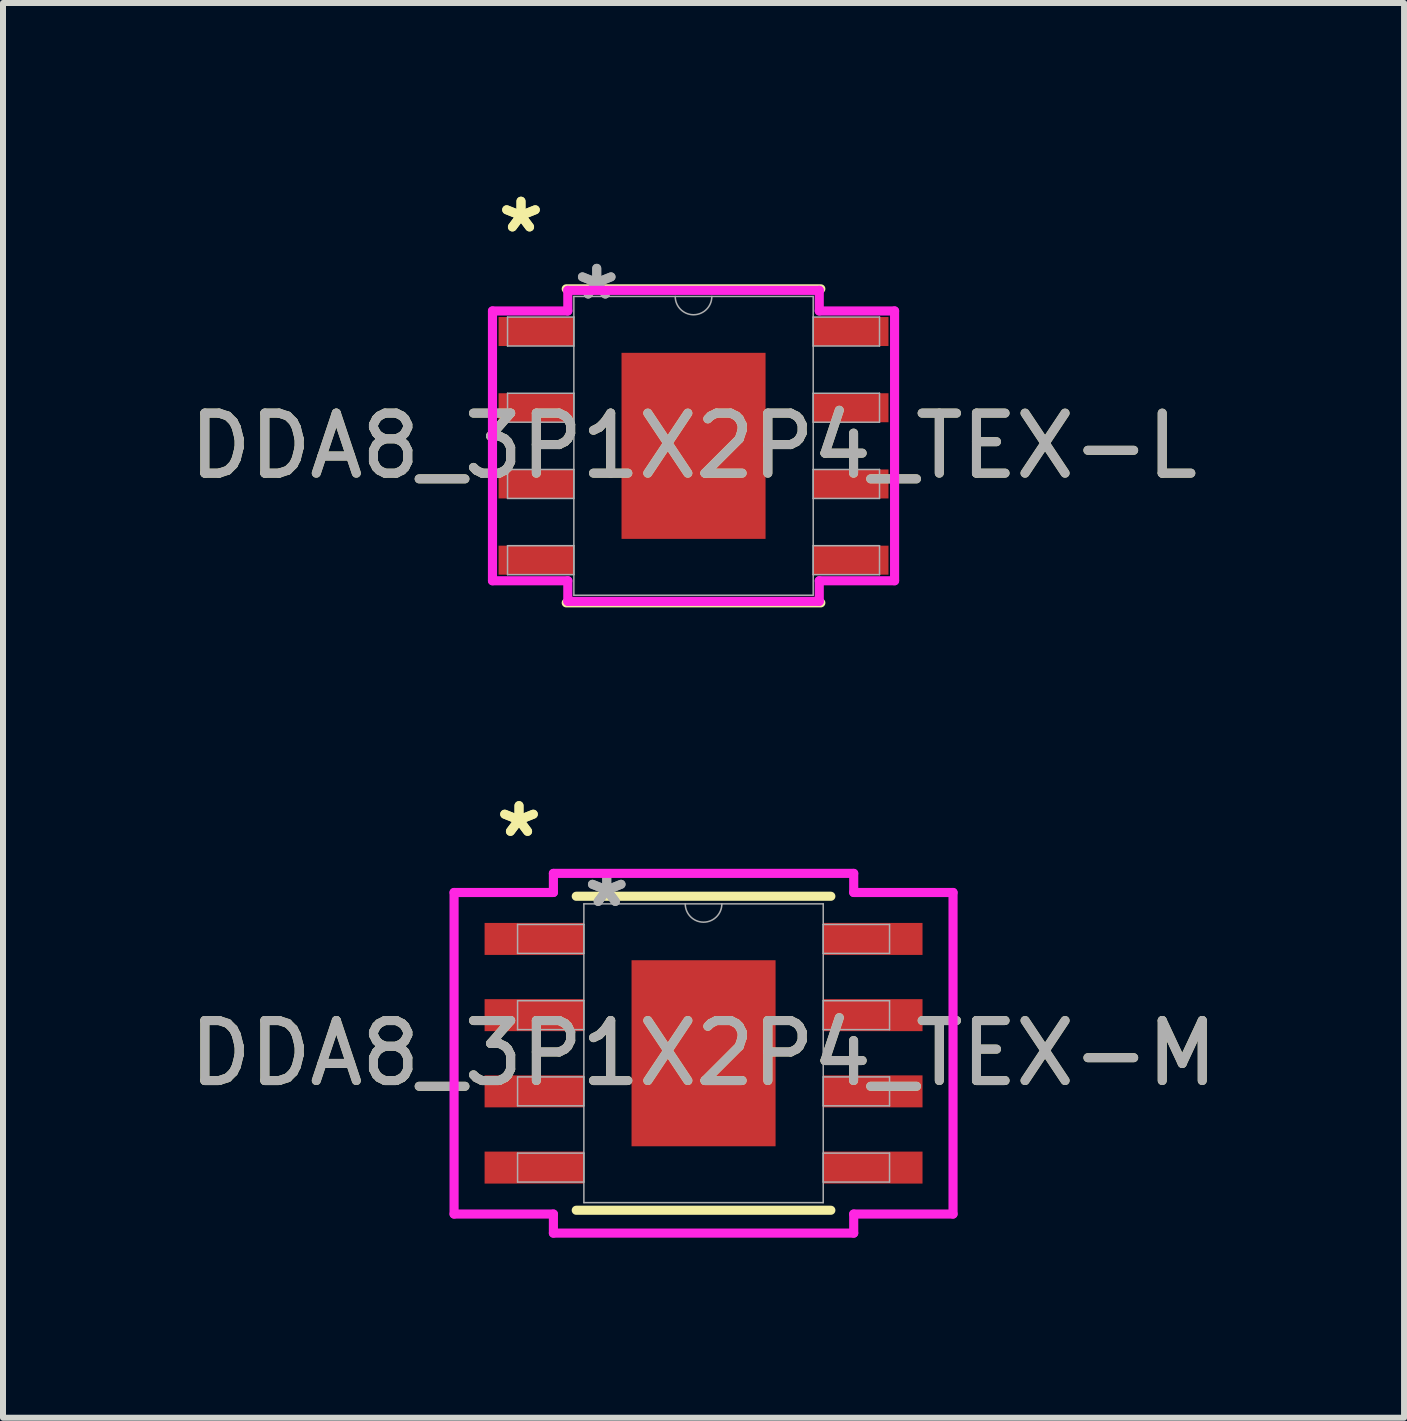
<source format=kicad_pcb>
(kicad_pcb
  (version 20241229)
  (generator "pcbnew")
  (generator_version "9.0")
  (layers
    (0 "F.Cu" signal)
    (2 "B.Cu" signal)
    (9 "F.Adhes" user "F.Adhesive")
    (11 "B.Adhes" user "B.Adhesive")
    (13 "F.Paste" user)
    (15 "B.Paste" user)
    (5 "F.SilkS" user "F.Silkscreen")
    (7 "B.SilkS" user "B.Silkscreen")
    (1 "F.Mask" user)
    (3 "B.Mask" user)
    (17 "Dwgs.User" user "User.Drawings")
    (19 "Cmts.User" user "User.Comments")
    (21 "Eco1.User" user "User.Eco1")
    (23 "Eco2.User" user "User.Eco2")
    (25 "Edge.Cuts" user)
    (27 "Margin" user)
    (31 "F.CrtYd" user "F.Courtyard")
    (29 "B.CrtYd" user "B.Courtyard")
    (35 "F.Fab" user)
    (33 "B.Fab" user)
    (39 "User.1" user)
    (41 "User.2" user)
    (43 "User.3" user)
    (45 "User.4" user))
  (footprint "DDA8_3P1X2P4_TEX-M"
    (layer "F.Cu")
    (at 8.673 14.5)
    (property "Reference" "DDA8_3P1X2P4_TEX-M" (at 0 0 0) (unlocked yes) (layer "F.SilkS") (effects (font (size 1 1) (thickness 0.15))))
    (attr smd)
    (fp_line (start -2.121 2.616) (end 2.121 2.616) (stroke (width 0.152) (type solid)) (layer "F.SilkS"))
    (fp_line (start 2.121 -2.616) (end -2.121 -2.616) (stroke (width 0.152) (type solid)) (layer "F.SilkS"))
    (fp_poly (pts (xy -1.1 -1.45) (xy -1.1 -0.1) (xy 1.1 -0.1) (xy 1.1 -1.45)) (stroke (width 0) (type solid)) (fill yes) (layer "F.Paste"))
    (fp_poly (pts (xy -1.1 0.1) (xy -1.1 1.45) (xy 1.1 1.45) (xy 1.1 0.1)) (stroke (width 0) (type solid)) (fill yes) (layer "F.Paste"))
    (fp_line (start -4.157 -2.679) (end -2.502 -2.679) (stroke (width 0.152) (type solid)) (layer "F.CrtYd"))
    (fp_line (start -4.157 2.679) (end -4.157 -2.679) (stroke (width 0.152) (type solid)) (layer "F.CrtYd"))
    (fp_line (start -4.157 2.679) (end -2.502 2.679) (stroke (width 0.152) (type solid)) (layer "F.CrtYd"))
    (fp_line (start -2.502 -2.997) (end 2.502 -2.997) (stroke (width 0.152) (type solid)) (layer "F.CrtYd"))
    (fp_line (start -2.502 -2.679) (end -2.502 -2.997) (stroke (width 0.152) (type solid)) (layer "F.CrtYd"))
    (fp_line (start -2.502 2.997) (end -2.502 2.679) (stroke (width 0.152) (type solid)) (layer "F.CrtYd"))
    (fp_line (start 2.502 -2.997) (end 2.502 -2.679) (stroke (width 0.152) (type solid)) (layer "F.CrtYd"))
    (fp_line (start 2.502 2.679) (end 2.502 2.997) (stroke (width 0.152) (type solid)) (layer "F.CrtYd"))
    (fp_line (start 2.502 2.997) (end -2.502 2.997) (stroke (width 0.152) (type solid)) (layer "F.CrtYd"))
    (fp_line (start 4.157 -2.679) (end 2.502 -2.679) (stroke (width 0.152) (type solid)) (layer "F.CrtYd"))
    (fp_line (start 4.157 -2.679) (end 4.157 2.679) (stroke (width 0.152) (type solid)) (layer "F.CrtYd"))
    (fp_line (start 4.157 2.679) (end 2.502 2.679) (stroke (width 0.152) (type solid)) (layer "F.CrtYd"))
    (fp_line (start -3.099 -2.146) (end -3.099 -1.664) (stroke (width 0.025) (type solid)) (layer "F.Fab"))
    (fp_line (start -3.099 -1.664) (end -1.994 -1.664) (stroke (width 0.025) (type solid)) (layer "F.Fab"))
    (fp_line (start -3.099 -0.876) (end -3.099 -0.394) (stroke (width 0.025) (type solid)) (layer "F.Fab"))
    (fp_line (start -3.099 -0.394) (end -1.994 -0.394) (stroke (width 0.025) (type solid)) (layer "F.Fab"))
    (fp_line (start -3.099 0.394) (end -3.099 0.876) (stroke (width 0.025) (type solid)) (layer "F.Fab"))
    (fp_line (start -3.099 0.876) (end -1.994 0.876) (stroke (width 0.025) (type solid)) (layer "F.Fab"))
    (fp_line (start -3.099 1.664) (end -3.099 2.146) (stroke (width 0.025) (type solid)) (layer "F.Fab"))
    (fp_line (start -3.099 2.146) (end -1.994 2.146) (stroke (width 0.025) (type solid)) (layer "F.Fab"))
    (fp_line (start -1.994 -2.489) (end -1.994 2.489) (stroke (width 0.025) (type solid)) (layer "F.Fab"))
    (fp_line (start -1.994 -2.146) (end -3.099 -2.146) (stroke (width 0.025) (type solid)) (layer "F.Fab"))
    (fp_line (start -1.994 -1.664) (end -1.994 -2.146) (stroke (width 0.025) (type solid)) (layer "F.Fab"))
    (fp_line (start -1.994 -0.876) (end -3.099 -0.876) (stroke (width 0.025) (type solid)) (layer "F.Fab"))
    (fp_line (start -1.994 -0.394) (end -1.994 -0.876) (stroke (width 0.025) (type solid)) (layer "F.Fab"))
    (fp_line (start -1.994 0.394) (end -3.099 0.394) (stroke (width 0.025) (type solid)) (layer "F.Fab"))
    (fp_line (start -1.994 0.876) (end -1.994 0.394) (stroke (width 0.025) (type solid)) (layer "F.Fab"))
    (fp_line (start -1.994 1.664) (end -3.099 1.664) (stroke (width 0.025) (type solid)) (layer "F.Fab"))
    (fp_line (start -1.994 2.146) (end -1.994 1.664) (stroke (width 0.025) (type solid)) (layer "F.Fab"))
    (fp_line (start -1.994 2.489) (end 1.994 2.489) (stroke (width 0.025) (type solid)) (layer "F.Fab"))
    (fp_line (start 1.994 -2.489) (end -1.994 -2.489) (stroke (width 0.025) (type solid)) (layer "F.Fab"))
    (fp_line (start 1.994 -2.146) (end 1.994 -1.664) (stroke (width 0.025) (type solid)) (layer "F.Fab"))
    (fp_line (start 1.994 -1.664) (end 3.099 -1.664) (stroke (width 0.025) (type solid)) (layer "F.Fab"))
    (fp_line (start 1.994 -0.876) (end 1.994 -0.394) (stroke (width 0.025) (type solid)) (layer "F.Fab"))
    (fp_line (start 1.994 -0.394) (end 3.099 -0.394) (stroke (width 0.025) (type solid)) (layer "F.Fab"))
    (fp_line (start 1.994 0.394) (end 1.994 0.876) (stroke (width 0.025) (type solid)) (layer "F.Fab"))
    (fp_line (start 1.994 0.876) (end 3.099 0.876) (stroke (width 0.025) (type solid)) (layer "F.Fab"))
    (fp_line (start 1.994 1.664) (end 1.994 2.146) (stroke (width 0.025) (type solid)) (layer "F.Fab"))
    (fp_line (start 1.994 2.146) (end 3.099 2.146) (stroke (width 0.025) (type solid)) (layer "F.Fab"))
    (fp_line (start 1.994 2.489) (end 1.994 -2.489) (stroke (width 0.025) (type solid)) (layer "F.Fab"))
    (fp_line (start 3.099 -2.146) (end 1.994 -2.146) (stroke (width 0.025) (type solid)) (layer "F.Fab"))
    (fp_line (start 3.099 -1.664) (end 3.099 -2.146) (stroke (width 0.025) (type solid)) (layer "F.Fab"))
    (fp_line (start 3.099 -0.876) (end 1.994 -0.876) (stroke (width 0.025) (type solid)) (layer "F.Fab"))
    (fp_line (start 3.099 -0.394) (end 3.099 -0.876) (stroke (width 0.025) (type solid)) (layer "F.Fab"))
    (fp_line (start 3.099 0.394) (end 1.994 0.394) (stroke (width 0.025) (type solid)) (layer "F.Fab"))
    (fp_line (start 3.099 0.876) (end 3.099 0.394) (stroke (width 0.025) (type solid)) (layer "F.Fab"))
    (fp_line (start 3.099 1.664) (end 1.994 1.664) (stroke (width 0.025) (type solid)) (layer "F.Fab"))
    (fp_line (start 3.099 2.146) (end 3.099 1.664) (stroke (width 0.025) (type solid)) (layer "F.Fab"))
    (fp_arc (start 0.3048 -2.4892) (mid 0 -2.1844) (end -0.3048 -2.4892) (stroke (width 0.0254) (type solid)) (layer "F.Fab"))
    (fp_text user "*" (at -3.075 -3.581 0) (unlocked yes) (layer "F.SilkS") (effects (font (size 1 1) (thickness 0.15))))
    (fp_text user "*" (at -3.075 -3.581 0) (layer "F.SilkS") (effects (font (size 1 1) (thickness 0.15))))
    (fp_text user "${REFERENCE}" (at 0 0 0) (unlocked yes) (layer "F.Fab") (effects (font (size 1 1) (thickness 0.15))))
    (fp_text user "*" (at -1.613 -2.413 0) (layer "F.Fab") (effects (font (size 1 1) (thickness 0.15))))
    (fp_text user "*" (at -1.613 -2.413 0) (unlocked yes) (layer "F.Fab") (effects (font (size 1 1) (thickness 0.15))))
    (pad "1" smd rect (at -2.821 -1.905) (size 1.655 0.533) (layers "F.Cu" "F.Mask" "F.Paste"))
    (pad "2" smd rect (at -2.821 -0.635) (size 1.655 0.533) (layers "F.Cu" "F.Mask" "F.Paste"))
    (pad "3" smd rect (at -2.821 0.635) (size 1.655 0.533) (layers "F.Cu" "F.Mask" "F.Paste"))
    (pad "4" smd rect (at -2.821 1.905) (size 1.655 0.533) (layers "F.Cu" "F.Mask" "F.Paste"))
    (pad "5" smd rect (at 2.821 1.905) (size 1.655 0.533) (layers "F.Cu" "F.Mask" "F.Paste"))
    (pad "6" smd rect (at 2.821 0.635) (size 1.655 0.533) (layers "F.Cu" "F.Mask" "F.Paste"))
    (pad "7" smd rect (at 2.821 -0.635) (size 1.655 0.533) (layers "F.Cu" "F.Mask" "F.Paste"))
    (pad "8" smd rect (at 2.821 -1.905) (size 1.655 0.533) (layers "F.Cu" "F.Mask" "F.Paste"))
    (pad "EPAD" smd rect (at 0 0) (size 2.4 3.1) (layers "F.Cu" "F.Mask")))
  (footprint "DDA8_3P1X2P4_TEX-L"
    (layer "F.Cu")
    (at 8.506 4.379)
    (property "Reference" "DDA8_3P1X2P4_TEX-L" (at 0 0 0) (unlocked yes) (layer "F.SilkS") (effects (font (size 1 1) (thickness 0.15))))
    (attr smd)
    (fp_line (start -2.121 2.616) (end 2.121 2.616) (stroke (width 0.152) (type solid)) (layer "F.SilkS"))
    (fp_line (start 2.121 -2.616) (end -2.121 -2.616) (stroke (width 0.152) (type solid)) (layer "F.SilkS"))
    (fp_poly (pts (xy -1.1 -1.45) (xy -1.1 -0.1) (xy 1.1 -0.1) (xy 1.1 -1.45)) (stroke (width 0) (type solid)) (fill yes) (layer "F.Paste"))
    (fp_poly (pts (xy -1.1 0.1) (xy -1.1 1.45) (xy 1.1 1.45) (xy 1.1 0.1)) (stroke (width 0) (type solid)) (fill yes) (layer "F.Paste"))
    (fp_line (start -3.35 -2.248) (end -2.095 -2.248) (stroke (width 0.152) (type solid)) (layer "F.CrtYd"))
    (fp_line (start -3.35 2.248) (end -3.35 -2.248) (stroke (width 0.152) (type solid)) (layer "F.CrtYd"))
    (fp_line (start -3.35 2.248) (end -2.095 2.248) (stroke (width 0.152) (type solid)) (layer "F.CrtYd"))
    (fp_line (start -2.095 -2.591) (end 2.095 -2.591) (stroke (width 0.152) (type solid)) (layer "F.CrtYd"))
    (fp_line (start -2.095 -2.248) (end -2.095 -2.591) (stroke (width 0.152) (type solid)) (layer "F.CrtYd"))
    (fp_line (start -2.095 2.591) (end -2.095 2.248) (stroke (width 0.152) (type solid)) (layer "F.CrtYd"))
    (fp_line (start 2.095 -2.591) (end 2.095 -2.248) (stroke (width 0.152) (type solid)) (layer "F.CrtYd"))
    (fp_line (start 2.095 2.248) (end 2.095 2.591) (stroke (width 0.152) (type solid)) (layer "F.CrtYd"))
    (fp_line (start 2.095 2.591) (end -2.095 2.591) (stroke (width 0.152) (type solid)) (layer "F.CrtYd"))
    (fp_line (start 3.35 -2.248) (end 2.095 -2.248) (stroke (width 0.152) (type solid)) (layer "F.CrtYd"))
    (fp_line (start 3.35 -2.248) (end 3.35 2.248) (stroke (width 0.152) (type solid)) (layer "F.CrtYd"))
    (fp_line (start 3.35 2.248) (end 2.095 2.248) (stroke (width 0.152) (type solid)) (layer "F.CrtYd"))
    (fp_line (start -3.099 -2.146) (end -3.099 -1.664) (stroke (width 0.025) (type solid)) (layer "F.Fab"))
    (fp_line (start -3.099 -1.664) (end -1.994 -1.664) (stroke (width 0.025) (type solid)) (layer "F.Fab"))
    (fp_line (start -3.099 -0.876) (end -3.099 -0.394) (stroke (width 0.025) (type solid)) (layer "F.Fab"))
    (fp_line (start -3.099 -0.394) (end -1.994 -0.394) (stroke (width 0.025) (type solid)) (layer "F.Fab"))
    (fp_line (start -3.099 0.394) (end -3.099 0.876) (stroke (width 0.025) (type solid)) (layer "F.Fab"))
    (fp_line (start -3.099 0.876) (end -1.994 0.876) (stroke (width 0.025) (type solid)) (layer "F.Fab"))
    (fp_line (start -3.099 1.664) (end -3.099 2.146) (stroke (width 0.025) (type solid)) (layer "F.Fab"))
    (fp_line (start -3.099 2.146) (end -1.994 2.146) (stroke (width 0.025) (type solid)) (layer "F.Fab"))
    (fp_line (start -1.994 -2.489) (end -1.994 2.489) (stroke (width 0.025) (type solid)) (layer "F.Fab"))
    (fp_line (start -1.994 -2.146) (end -3.099 -2.146) (stroke (width 0.025) (type solid)) (layer "F.Fab"))
    (fp_line (start -1.994 -1.664) (end -1.994 -2.146) (stroke (width 0.025) (type solid)) (layer "F.Fab"))
    (fp_line (start -1.994 -0.876) (end -3.099 -0.876) (stroke (width 0.025) (type solid)) (layer "F.Fab"))
    (fp_line (start -1.994 -0.394) (end -1.994 -0.876) (stroke (width 0.025) (type solid)) (layer "F.Fab"))
    (fp_line (start -1.994 0.394) (end -3.099 0.394) (stroke (width 0.025) (type solid)) (layer "F.Fab"))
    (fp_line (start -1.994 0.876) (end -1.994 0.394) (stroke (width 0.025) (type solid)) (layer "F.Fab"))
    (fp_line (start -1.994 1.664) (end -3.099 1.664) (stroke (width 0.025) (type solid)) (layer "F.Fab"))
    (fp_line (start -1.994 2.146) (end -1.994 1.664) (stroke (width 0.025) (type solid)) (layer "F.Fab"))
    (fp_line (start -1.994 2.489) (end 1.994 2.489) (stroke (width 0.025) (type solid)) (layer "F.Fab"))
    (fp_line (start 1.994 -2.489) (end -1.994 -2.489) (stroke (width 0.025) (type solid)) (layer "F.Fab"))
    (fp_line (start 1.994 -2.146) (end 1.994 -1.664) (stroke (width 0.025) (type solid)) (layer "F.Fab"))
    (fp_line (start 1.994 -1.664) (end 3.099 -1.664) (stroke (width 0.025) (type solid)) (layer "F.Fab"))
    (fp_line (start 1.994 -0.876) (end 1.994 -0.394) (stroke (width 0.025) (type solid)) (layer "F.Fab"))
    (fp_line (start 1.994 -0.394) (end 3.099 -0.394) (stroke (width 0.025) (type solid)) (layer "F.Fab"))
    (fp_line (start 1.994 0.394) (end 1.994 0.876) (stroke (width 0.025) (type solid)) (layer "F.Fab"))
    (fp_line (start 1.994 0.876) (end 3.099 0.876) (stroke (width 0.025) (type solid)) (layer "F.Fab"))
    (fp_line (start 1.994 1.664) (end 1.994 2.146) (stroke (width 0.025) (type solid)) (layer "F.Fab"))
    (fp_line (start 1.994 2.146) (end 3.099 2.146) (stroke (width 0.025) (type solid)) (layer "F.Fab"))
    (fp_line (start 1.994 2.489) (end 1.994 -2.489) (stroke (width 0.025) (type solid)) (layer "F.Fab"))
    (fp_line (start 3.099 -2.146) (end 1.994 -2.146) (stroke (width 0.025) (type solid)) (layer "F.Fab"))
    (fp_line (start 3.099 -1.664) (end 3.099 -2.146) (stroke (width 0.025) (type solid)) (layer "F.Fab"))
    (fp_line (start 3.099 -0.876) (end 1.994 -0.876) (stroke (width 0.025) (type solid)) (layer "F.Fab"))
    (fp_line (start 3.099 -0.394) (end 3.099 -0.876) (stroke (width 0.025) (type solid)) (layer "F.Fab"))
    (fp_line (start 3.099 0.394) (end 1.994 0.394) (stroke (width 0.025) (type solid)) (layer "F.Fab"))
    (fp_line (start 3.099 0.876) (end 3.099 0.394) (stroke (width 0.025) (type solid)) (layer "F.Fab"))
    (fp_line (start 3.099 1.664) (end 1.994 1.664) (stroke (width 0.025) (type solid)) (layer "F.Fab"))
    (fp_line (start 3.099 2.146) (end 3.099 1.664) (stroke (width 0.025) (type solid)) (layer "F.Fab"))
    (fp_arc (start 0.3048 -2.4892) (mid 0 -2.1844) (end -0.3048 -2.4892) (stroke (width 0.0254) (type solid)) (layer "F.Fab"))
    (fp_text user "*" (at -2.875 -3.531 0) (unlocked yes) (layer "F.SilkS") (effects (font (size 1 1) (thickness 0.15))))
    (fp_text user "*" (at -2.875 -3.531 0) (layer "F.SilkS") (effects (font (size 1 1) (thickness 0.15))))
    (fp_text user "${REFERENCE}" (at 0 0 0) (unlocked yes) (layer "F.Fab") (effects (font (size 1 1) (thickness 0.15))))
    (fp_text user "*" (at -1.613 -2.413 0) (layer "F.Fab") (effects (font (size 1 1) (thickness 0.15))))
    (fp_text user "*" (at -1.613 -2.413 0) (unlocked yes) (layer "F.Fab") (effects (font (size 1 1) (thickness 0.15))))
    (pad "1" smd rect (at -2.621 -1.905) (size 1.255 0.483) (layers "F.Cu" "F.Mask" "F.Paste"))
    (pad "2" smd rect (at -2.621 -0.635) (size 1.255 0.483) (layers "F.Cu" "F.Mask" "F.Paste"))
    (pad "3" smd rect (at -2.621 0.635) (size 1.255 0.483) (layers "F.Cu" "F.Mask" "F.Paste"))
    (pad "4" smd rect (at -2.621 1.905) (size 1.255 0.483) (layers "F.Cu" "F.Mask" "F.Paste"))
    (pad "5" smd rect (at 2.621 1.905) (size 1.255 0.483) (layers "F.Cu" "F.Mask" "F.Paste"))
    (pad "6" smd rect (at 2.621 0.635) (size 1.255 0.483) (layers "F.Cu" "F.Mask" "F.Paste"))
    (pad "7" smd rect (at 2.621 -0.635) (size 1.255 0.483) (layers "F.Cu" "F.Mask" "F.Paste"))
    (pad "8" smd rect (at 2.621 -1.905) (size 1.255 0.483) (layers "F.Cu" "F.Mask" "F.Paste"))
    (pad "EPAD" smd rect (at 0 0) (size 2.4 3.1) (layers "F.Cu" "F.Mask")))
  (gr_rect
    (start -3 -3)
    (end 20.345 20.573)
    (stroke (width 0.1) (type default))
    (fill no)
    (layer "Edge.Cuts")))
</source>
